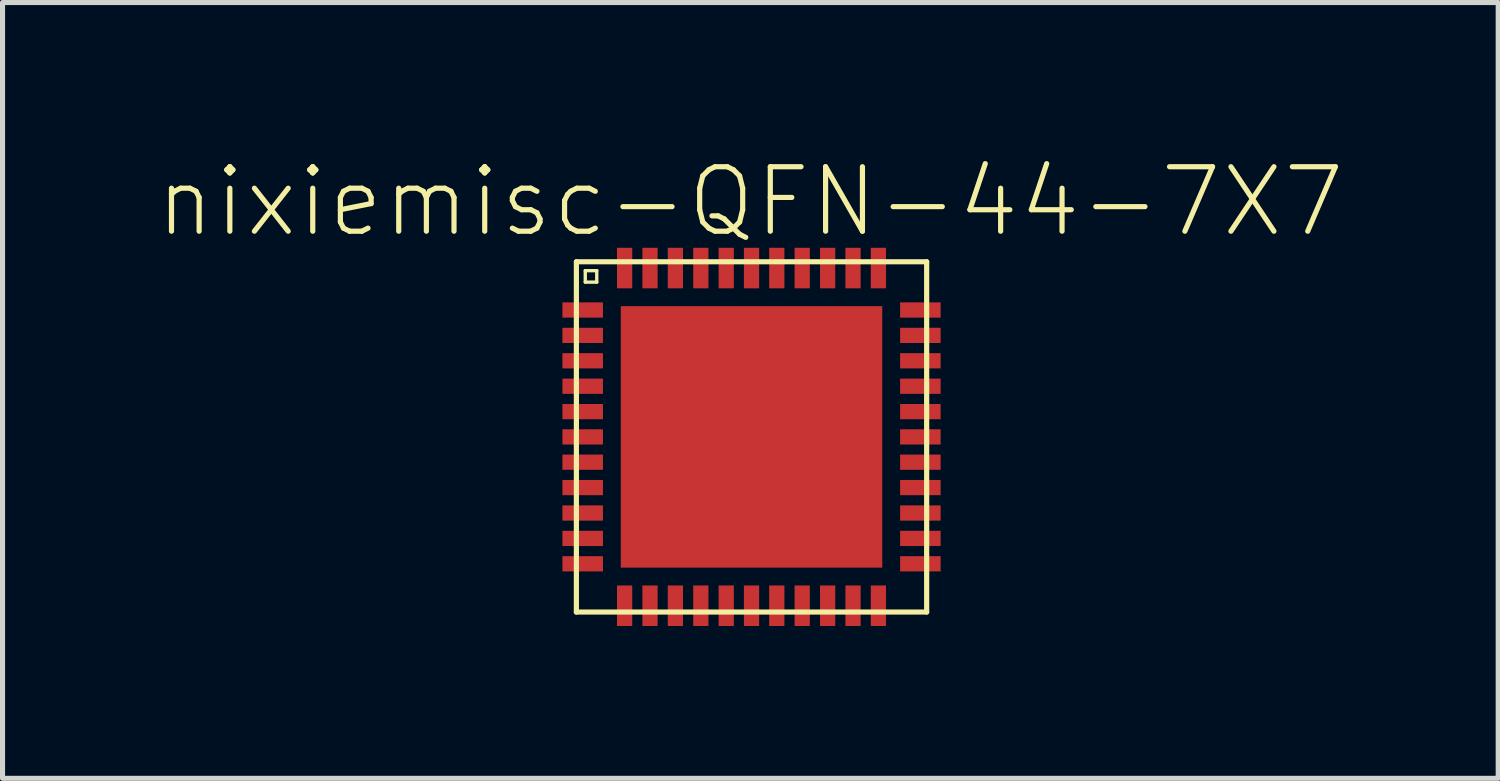
<source format=kicad_pcb>
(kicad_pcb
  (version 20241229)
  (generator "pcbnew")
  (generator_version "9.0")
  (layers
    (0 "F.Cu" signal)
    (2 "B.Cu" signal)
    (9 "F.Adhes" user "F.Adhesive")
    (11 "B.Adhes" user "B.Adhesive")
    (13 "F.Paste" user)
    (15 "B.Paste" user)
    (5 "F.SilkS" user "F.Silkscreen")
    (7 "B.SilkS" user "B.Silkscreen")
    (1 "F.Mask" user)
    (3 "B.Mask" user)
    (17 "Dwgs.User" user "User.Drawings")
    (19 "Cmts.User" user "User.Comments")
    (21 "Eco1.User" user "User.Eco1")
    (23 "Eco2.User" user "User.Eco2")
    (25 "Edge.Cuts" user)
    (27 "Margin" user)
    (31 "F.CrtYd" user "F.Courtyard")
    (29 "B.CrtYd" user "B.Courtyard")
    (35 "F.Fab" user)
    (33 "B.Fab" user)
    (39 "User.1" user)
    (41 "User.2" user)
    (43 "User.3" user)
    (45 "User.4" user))
  (footprint "nixiemisc-QFN-44-7X7"
    (layer "F.Cu")
    (at 11.75 5.554)
    (property "Reference" "nixiemisc-QFN-44-7X7" (at -0.023 -4.633 0) (unlocked yes) (layer "F.SilkS") (effects (font (size 1.27 1.27) (thickness 0.102))))
    (attr smd)
    (fp_line (start -3.449 -3.449) (end 3.449 -3.449) (stroke (width 0.102) (type solid)) (layer "F.SilkS"))
    (fp_line (start -3.449 3.449) (end -3.449 -3.449) (stroke (width 0.102) (type solid)) (layer "F.SilkS"))
    (fp_line (start -3.274 -3.274) (end -3.048 -3.274) (stroke (width 0.066) (type solid)) (layer "F.SilkS"))
    (fp_line (start -3.274 -3.048) (end -3.274 -3.274) (stroke (width 0.066) (type solid)) (layer "F.SilkS"))
    (fp_line (start -3.274 -3.048) (end -3.048 -3.048) (stroke (width 0.066) (type solid)) (layer "F.SilkS"))
    (fp_line (start -3.048 -3.048) (end -3.048 -3.274) (stroke (width 0.066) (type solid)) (layer "F.SilkS"))
    (fp_line (start 3.449 -3.449) (end 3.449 3.449) (stroke (width 0.102) (type solid)) (layer "F.SilkS"))
    (fp_line (start 3.449 3.449) (end -3.449 3.449) (stroke (width 0.102) (type solid)) (layer "F.SilkS"))
    (pad "1" smd rect (at -3.325 -2.499) (size 0.798 0.3) (layers "F.Cu" "F.Mask" "F.Paste"))
    (pad "2" smd rect (at -3.325 -1.999) (size 0.798 0.3) (layers "F.Cu" "F.Mask" "F.Paste"))
    (pad "3" smd rect (at -3.325 -1.499) (size 0.798 0.3) (layers "F.Cu" "F.Mask" "F.Paste"))
    (pad "4" smd rect (at -3.325 -0.998) (size 0.798 0.3) (layers "F.Cu" "F.Mask" "F.Paste"))
    (pad "5" smd rect (at -3.325 -0.498) (size 0.798 0.3) (layers "F.Cu" "F.Mask" "F.Paste"))
    (pad "6" smd rect (at -3.325 0) (size 0.798 0.3) (layers "F.Cu" "F.Mask" "F.Paste"))
    (pad "7" smd rect (at -3.325 0.498) (size 0.798 0.3) (layers "F.Cu" "F.Mask" "F.Paste"))
    (pad "8" smd rect (at -3.325 0.998) (size 0.798 0.3) (layers "F.Cu" "F.Mask" "F.Paste"))
    (pad "9" smd rect (at -3.325 1.499) (size 0.798 0.3) (layers "F.Cu" "F.Mask" "F.Paste"))
    (pad "10" smd rect (at -3.325 1.999) (size 0.798 0.3) (layers "F.Cu" "F.Mask" "F.Paste"))
    (pad "11" smd rect (at -3.325 2.499) (size 0.798 0.3) (layers "F.Cu" "F.Mask" "F.Paste"))
    (pad "12" smd rect (at -2.499 3.325 90) (size 0.798 0.3) (layers "F.Cu" "F.Mask" "F.Paste"))
    (pad "13" smd rect (at -1.999 3.325 90) (size 0.798 0.3) (layers "F.Cu" "F.Mask" "F.Paste"))
    (pad "14" smd rect (at -1.499 3.325 90) (size 0.798 0.3) (layers "F.Cu" "F.Mask" "F.Paste"))
    (pad "15" smd rect (at -0.998 3.325 90) (size 0.798 0.3) (layers "F.Cu" "F.Mask" "F.Paste"))
    (pad "16" smd rect (at -0.498 3.325 90) (size 0.798 0.3) (layers "F.Cu" "F.Mask" "F.Paste"))
    (pad "17" smd rect (at 0 3.325 90) (size 0.798 0.3) (layers "F.Cu" "F.Mask" "F.Paste"))
    (pad "18" smd rect (at 0.498 3.325 90) (size 0.798 0.3) (layers "F.Cu" "F.Mask" "F.Paste"))
    (pad "19" smd rect (at 0.998 3.325 90) (size 0.798 0.3) (layers "F.Cu" "F.Mask" "F.Paste"))
    (pad "20" smd rect (at 1.499 3.325 90) (size 0.798 0.3) (layers "F.Cu" "F.Mask" "F.Paste"))
    (pad "21" smd rect (at 1.999 3.325 90) (size 0.798 0.3) (layers "F.Cu" "F.Mask" "F.Paste"))
    (pad "22" smd rect (at 2.499 3.325 90) (size 0.798 0.3) (layers "F.Cu" "F.Mask" "F.Paste"))
    (pad "23" smd rect (at 3.325 2.499 180) (size 0.798 0.3) (layers "F.Cu" "F.Mask" "F.Paste"))
    (pad "24" smd rect (at 3.325 1.999 180) (size 0.798 0.3) (layers "F.Cu" "F.Mask" "F.Paste"))
    (pad "25" smd rect (at 3.325 1.499 180) (size 0.798 0.3) (layers "F.Cu" "F.Mask" "F.Paste"))
    (pad "26" smd rect (at 3.325 0.998 180) (size 0.798 0.3) (layers "F.Cu" "F.Mask" "F.Paste"))
    (pad "27" smd rect (at 3.325 0.498 180) (size 0.798 0.3) (layers "F.Cu" "F.Mask" "F.Paste"))
    (pad "28" smd rect (at 3.325 0 180) (size 0.798 0.3) (layers "F.Cu" "F.Mask" "F.Paste"))
    (pad "29" smd rect (at 3.325 -0.498 180) (size 0.798 0.3) (layers "F.Cu" "F.Mask" "F.Paste"))
    (pad "30" smd rect (at 3.325 -0.998 180) (size 0.798 0.3) (layers "F.Cu" "F.Mask" "F.Paste"))
    (pad "31" smd rect (at 3.325 -1.499 180) (size 0.798 0.3) (layers "F.Cu" "F.Mask" "F.Paste"))
    (pad "32" smd rect (at 3.325 -1.999 180) (size 0.798 0.3) (layers "F.Cu" "F.Mask" "F.Paste"))
    (pad "33" smd rect (at 3.325 -2.499 180) (size 0.798 0.3) (layers "F.Cu" "F.Mask" "F.Paste"))
    (pad "34" smd rect (at 2.499 -3.325 270) (size 0.798 0.3) (layers "F.Cu" "F.Mask" "F.Paste"))
    (pad "35" smd rect (at 1.999 -3.325 270) (size 0.798 0.3) (layers "F.Cu" "F.Mask" "F.Paste"))
    (pad "36" smd rect (at 1.499 -3.325 270) (size 0.798 0.3) (layers "F.Cu" "F.Mask" "F.Paste"))
    (pad "37" smd rect (at 0.998 -3.325 270) (size 0.798 0.3) (layers "F.Cu" "F.Mask" "F.Paste"))
    (pad "38" smd rect (at 0.498 -3.325 270) (size 0.798 0.3) (layers "F.Cu" "F.Mask" "F.Paste"))
    (pad "39" smd rect (at 0 -3.325 270) (size 0.798 0.3) (layers "F.Cu" "F.Mask" "F.Paste"))
    (pad "40" smd rect (at -0.498 -3.325 270) (size 0.798 0.3) (layers "F.Cu" "F.Mask" "F.Paste"))
    (pad "41" smd rect (at -0.998 -3.325 270) (size 0.798 0.3) (layers "F.Cu" "F.Mask" "F.Paste"))
    (pad "42" smd rect (at -1.499 -3.325 270) (size 0.798 0.3) (layers "F.Cu" "F.Mask" "F.Paste"))
    (pad "43" smd rect (at -1.999 -3.325 270) (size 0.798 0.3) (layers "F.Cu" "F.Mask" "F.Paste"))
    (pad "44" smd rect (at -2.499 -3.325 270) (size 0.798 0.3) (layers "F.Cu" "F.Mask" "F.Paste"))
    (pad "EXP" smd rect (at 0 0) (size 5.149 5.149) (layers "F.Cu" "F.Mask" "F.Paste")))
  (gr_rect
    (start -3 -3)
    (end 26.455 12.278)
    (stroke (width 0.1) (type default))
    (fill no)
    (layer "Edge.Cuts")))
</source>
